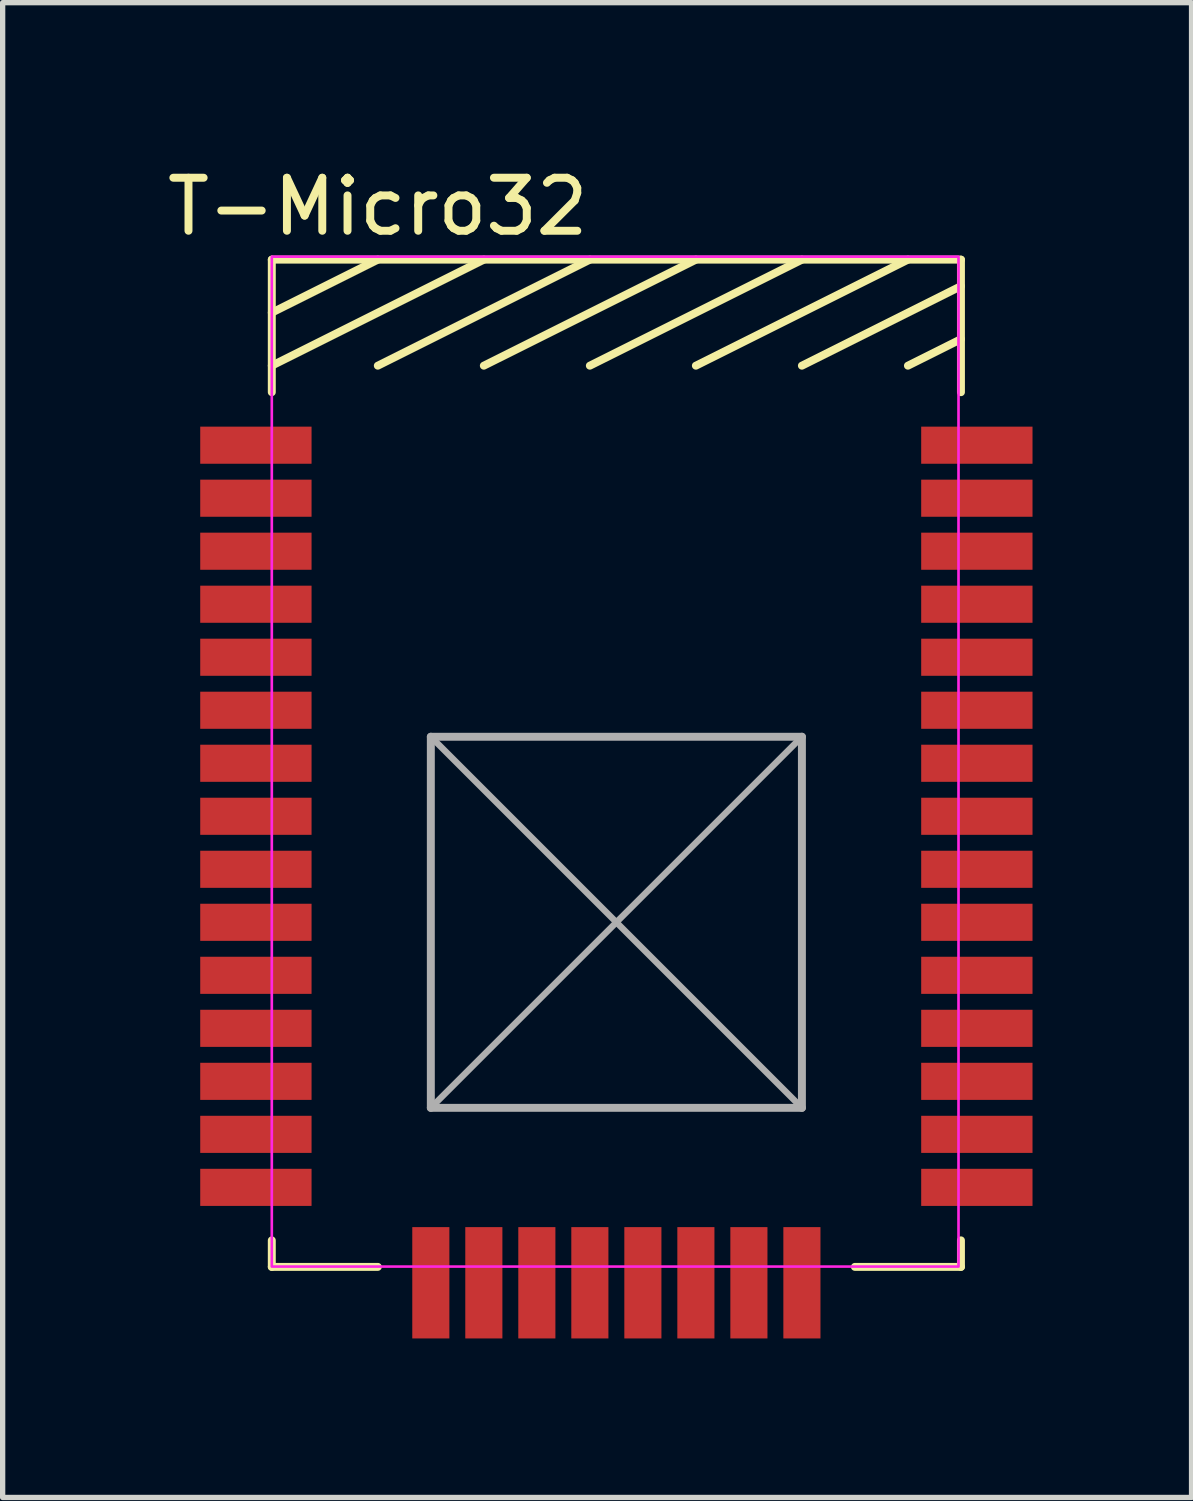
<source format=kicad_pcb>
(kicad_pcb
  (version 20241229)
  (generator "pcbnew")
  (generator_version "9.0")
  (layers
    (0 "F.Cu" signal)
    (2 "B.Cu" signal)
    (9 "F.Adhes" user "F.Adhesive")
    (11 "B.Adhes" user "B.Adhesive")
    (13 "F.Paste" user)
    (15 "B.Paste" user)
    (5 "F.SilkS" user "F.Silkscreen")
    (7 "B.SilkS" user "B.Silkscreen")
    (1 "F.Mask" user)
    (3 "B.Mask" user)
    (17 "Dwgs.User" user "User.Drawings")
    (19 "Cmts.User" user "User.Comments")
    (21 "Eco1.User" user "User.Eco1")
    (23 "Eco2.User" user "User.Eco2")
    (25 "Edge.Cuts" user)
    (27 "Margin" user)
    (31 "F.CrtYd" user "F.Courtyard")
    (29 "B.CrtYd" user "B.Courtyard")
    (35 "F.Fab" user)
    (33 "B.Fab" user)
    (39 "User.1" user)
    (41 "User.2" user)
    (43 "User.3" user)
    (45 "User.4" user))
  (footprint "T-Micro32"
    (layer "F.Cu")
    (at 2.077 5.348)
    (property "Reference" "T-Micro32" (at 2 -4.5 0) (layer "F.SilkS") (effects (font (size 1 1) (thickness 0.15))))
    (attr through_hole)
    (fp_line (start 0 -3.5) (end 13 -3.5) (stroke (width 0.15) (type solid)) (layer "F.SilkS"))
    (fp_line (start 0 -2.5) (end 2 -3.5) (stroke (width 0.15) (type solid)) (layer "F.SilkS"))
    (fp_line (start 0 -1.5) (end 4 -3.5) (stroke (width 0.15) (type solid)) (layer "F.SilkS"))
    (fp_line (start 0 -1) (end 0 -3.5) (stroke (width 0.15) (type solid)) (layer "F.SilkS"))
    (fp_line (start 0 15) (end 0 15.5) (stroke (width 0.15) (type solid)) (layer "F.SilkS"))
    (fp_line (start 0 15.5) (end 2 15.5) (stroke (width 0.15) (type solid)) (layer "F.SilkS"))
    (fp_line (start 2 -1.5) (end 6 -3.5) (stroke (width 0.15) (type solid)) (layer "F.SilkS"))
    (fp_line (start 6 -1.5) (end 10 -3.5) (stroke (width 0.15) (type solid)) (layer "F.SilkS"))
    (fp_line (start 8 -3.5) (end 4 -1.5) (stroke (width 0.15) (type solid)) (layer "F.SilkS"))
    (fp_line (start 8 -1.5) (end 12 -3.5) (stroke (width 0.15) (type solid)) (layer "F.SilkS"))
    (fp_line (start 10 -1.5) (end 13 -3) (stroke (width 0.15) (type solid)) (layer "F.SilkS"))
    (fp_line (start 11 15.5) (end 13 15.5) (stroke (width 0.15) (type solid)) (layer "F.SilkS"))
    (fp_line (start 12 -1.5) (end 13 -2) (stroke (width 0.15) (type solid)) (layer "F.SilkS"))
    (fp_line (start 13 -3.5) (end 13 -1) (stroke (width 0.15) (type solid)) (layer "F.SilkS"))
    (fp_line (start 13 15.5) (end 13 15) (stroke (width 0.15) (type solid)) (layer "F.SilkS"))
    (fp_rect (start 0 15.494) (end 12.954 -3.556) (stroke (width 0.05) (type default)) (fill no) (layer "F.CrtYd"))
    (fp_line (start 3 5.5) (end 3 12.5) (stroke (width 0.15) (type solid)) (layer "F.Fab"))
    (fp_line (start 3 5.5) (end 10 12.5) (stroke (width 0.12) (type solid)) (layer "F.Fab"))
    (fp_line (start 3 12.5) (end 10 5.5) (stroke (width 0.12) (type solid)) (layer "F.Fab"))
    (fp_line (start 3 12.5) (end 10 12.5) (stroke (width 0.15) (type solid)) (layer "F.Fab"))
    (fp_line (start 10 5.5) (end 3 5.5) (stroke (width 0.15) (type solid)) (layer "F.Fab"))
    (fp_line (start 10 12.5) (end 10 5.5) (stroke (width 0.15) (type solid)) (layer "F.Fab"))
    (pad "1" smd rect (at 0 0) (size 2.1 0.7) (drill (offset -0.3 0)) (layers "F.Cu" "F.Mask" "F.Paste"))
    (pad "2" smd rect (at 0 1) (size 2.1 0.7) (drill (offset -0.3 0)) (layers "F.Cu" "F.Mask" "F.Paste"))
    (pad "3" smd rect (at 0 2) (size 2.1 0.7) (drill (offset -0.3 0)) (layers "F.Cu" "F.Mask" "F.Paste"))
    (pad "4" smd rect (at 0 3) (size 2.1 0.7) (drill (offset -0.3 0)) (layers "F.Cu" "F.Mask" "F.Paste"))
    (pad "5" smd rect (at 0 4) (size 2.1 0.7) (drill (offset -0.3 0)) (layers "F.Cu" "F.Mask" "F.Paste"))
    (pad "6" smd rect (at 0 5) (size 2.1 0.7) (drill (offset -0.3 0)) (layers "F.Cu" "F.Mask" "F.Paste"))
    (pad "7" smd rect (at 0 6) (size 2.1 0.7) (drill (offset -0.3 0)) (layers "F.Cu" "F.Mask" "F.Paste"))
    (pad "8" smd rect (at 0 7) (size 2.1 0.7) (drill (offset -0.3 0)) (layers "F.Cu" "F.Mask" "F.Paste"))
    (pad "9" smd rect (at 0 8) (size 2.1 0.7) (drill (offset -0.3 0)) (layers "F.Cu" "F.Mask" "F.Paste"))
    (pad "10" smd rect (at 0 9) (size 2.1 0.7) (drill (offset -0.3 0)) (layers "F.Cu" "F.Mask" "F.Paste"))
    (pad "11" smd rect (at 0 10) (size 2.1 0.7) (drill (offset -0.3 0)) (layers "F.Cu" "F.Mask" "F.Paste"))
    (pad "12" smd rect (at 0 11) (size 2.1 0.7) (drill (offset -0.3 0)) (layers "F.Cu" "F.Mask" "F.Paste"))
    (pad "13" smd rect (at 0 12) (size 2.1 0.7) (drill (offset -0.3 0)) (layers "F.Cu" "F.Mask" "F.Paste"))
    (pad "14" smd rect (at 0 13) (size 2.1 0.7) (drill (offset -0.3 0)) (layers "F.Cu" "F.Mask" "F.Paste"))
    (pad "15" smd rect (at 0 14) (size 2.1 0.7) (drill (offset -0.3 0)) (layers "F.Cu" "F.Mask" "F.Paste"))
    (pad "16" smd rect (at 3 15.5) (size 0.7 2.1) (drill (offset 0 0.3)) (layers "F.Cu" "F.Mask" "F.Paste"))
    (pad "17" smd rect (at 4 15.5) (size 0.7 2.1) (drill (offset 0 0.3)) (layers "F.Cu" "F.Mask" "F.Paste"))
    (pad "18" smd rect (at 5 15.5) (size 0.7 2.1) (drill (offset 0 0.3)) (layers "F.Cu" "F.Mask" "F.Paste"))
    (pad "19" smd rect (at 6 15.5) (size 0.7 2.1) (drill (offset 0 0.3)) (layers "F.Cu" "F.Mask" "F.Paste"))
    (pad "20" smd rect (at 7 15.5) (size 0.7 2.1) (drill (offset 0 0.3)) (layers "F.Cu" "F.Mask" "F.Paste"))
    (pad "21" smd rect (at 8 15.5) (size 0.7 2.1) (drill (offset 0 0.3)) (layers "F.Cu" "F.Mask" "F.Paste"))
    (pad "22" smd rect (at 9 15.5) (size 0.7 2.1) (drill (offset 0 0.3)) (layers "F.Cu" "F.Mask" "F.Paste"))
    (pad "23" smd rect (at 10 15.5) (size 0.7 2.1) (drill (offset 0 0.3)) (layers "F.Cu" "F.Mask" "F.Paste"))
    (pad "24" smd rect (at 13 14) (size 2.1 0.7) (drill (offset 0.3 0)) (layers "F.Cu" "F.Mask" "F.Paste"))
    (pad "25" smd rect (at 13 13) (size 2.1 0.7) (drill (offset 0.3 0)) (layers "F.Cu" "F.Mask" "F.Paste"))
    (pad "26" smd rect (at 13 12) (size 2.1 0.7) (drill (offset 0.3 0)) (layers "F.Cu" "F.Mask" "F.Paste"))
    (pad "27" smd rect (at 13 11) (size 2.1 0.7) (drill (offset 0.3 0)) (layers "F.Cu" "F.Mask" "F.Paste"))
    (pad "28" smd rect (at 13 10) (size 2.1 0.7) (drill (offset 0.3 0)) (layers "F.Cu" "F.Mask" "F.Paste"))
    (pad "29" smd rect (at 13 9) (size 2.1 0.7) (drill (offset 0.3 0)) (layers "F.Cu" "F.Mask" "F.Paste"))
    (pad "30" smd rect (at 13 8) (size 2.1 0.7) (drill (offset 0.3 0)) (layers "F.Cu" "F.Mask" "F.Paste"))
    (pad "31" smd rect (at 13 7) (size 2.1 0.7) (drill (offset 0.3 0)) (layers "F.Cu" "F.Mask" "F.Paste"))
    (pad "32" smd rect (at 13 6) (size 2.1 0.7) (drill (offset 0.3 0)) (layers "F.Cu" "F.Mask" "F.Paste"))
    (pad "33" smd rect (at 13 5) (size 2.1 0.7) (drill (offset 0.3 0)) (layers "F.Cu" "F.Mask" "F.Paste"))
    (pad "34" smd rect (at 13 4) (size 2.1 0.7) (drill (offset 0.3 0)) (layers "F.Cu" "F.Mask" "F.Paste"))
    (pad "35" smd rect (at 13 3) (size 2.1 0.7) (drill (offset 0.3 0)) (layers "F.Cu" "F.Mask" "F.Paste"))
    (pad "36" smd rect (at 13 2) (size 2.1 0.7) (drill (offset 0.3 0)) (layers "F.Cu" "F.Mask" "F.Paste"))
    (pad "37" smd rect (at 13 1) (size 2.1 0.7) (drill (offset 0.3 0)) (layers "F.Cu" "F.Mask" "F.Paste"))
    (pad "38" smd rect (at 13 0) (size 2.1 0.7) (drill (offset 0.3 0)) (layers "F.Cu" "F.Mask" "F.Paste")))
  (gr_rect
    (start -3 -3)
    (end 19.427 25.198)
    (stroke (width 0.1) (type default))
    (fill no)
    (layer "Edge.Cuts")))
</source>
